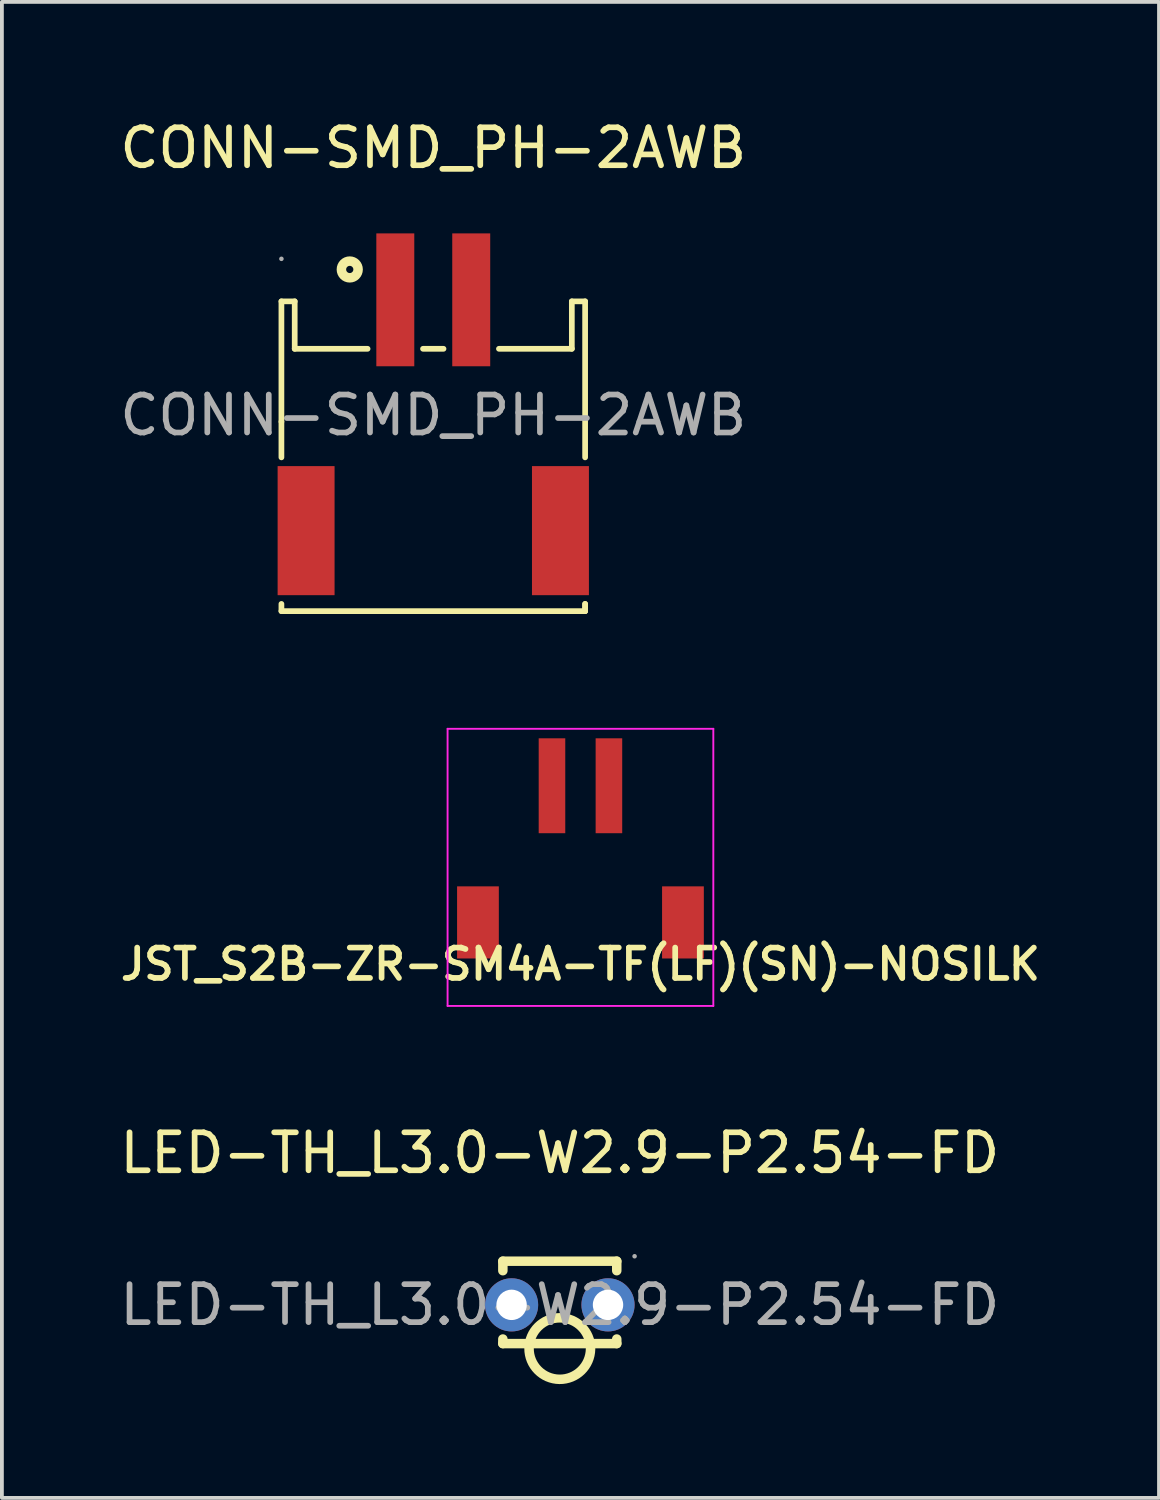
<source format=kicad_pcb>
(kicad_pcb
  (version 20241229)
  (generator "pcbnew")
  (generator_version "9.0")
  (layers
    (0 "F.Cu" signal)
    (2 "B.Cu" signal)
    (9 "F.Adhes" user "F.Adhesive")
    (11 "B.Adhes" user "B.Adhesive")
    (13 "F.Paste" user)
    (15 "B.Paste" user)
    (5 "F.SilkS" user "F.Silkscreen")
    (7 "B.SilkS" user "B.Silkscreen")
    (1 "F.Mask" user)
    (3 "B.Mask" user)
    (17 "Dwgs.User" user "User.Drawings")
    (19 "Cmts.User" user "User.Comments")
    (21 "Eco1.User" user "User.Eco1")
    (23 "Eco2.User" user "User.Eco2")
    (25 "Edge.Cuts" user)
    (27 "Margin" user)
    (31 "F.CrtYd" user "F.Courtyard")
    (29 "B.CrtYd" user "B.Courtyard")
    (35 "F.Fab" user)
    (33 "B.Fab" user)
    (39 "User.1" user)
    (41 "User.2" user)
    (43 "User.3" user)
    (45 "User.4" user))
  (footprint "LED-TH_L3.0-W2.9-P2.54-FD"
    (layer "F.Cu")
    (at 11.696 31.322)
    (property "Reference" "LED-TH_L3.0-W2.9-P2.54-FD" (at 0 -4 0) (layer "F.SilkS") (effects (font (size 1 1) (thickness 0.15))))
    (attr through_hole)
    (fp_line (start -1.5 -1.15) (end -1.5 -0.9) (stroke (width 0.25) (type solid)) (layer "F.SilkS"))
    (fp_line (start -1.5 -1.15) (end 1.5 -1.15) (stroke (width 0.25) (type solid)) (layer "F.SilkS"))
    (fp_line (start -1.5 0.9) (end -1.5 1.02) (stroke (width 0.25) (type solid)) (layer "F.SilkS"))
    (fp_line (start -1.5 1.02) (end 1.5 1.02) (stroke (width 0.25) (type solid)) (layer "F.SilkS"))
    (fp_line (start 1.5 -1.15) (end 1.5 -0.9) (stroke (width 0.25) (type solid)) (layer "F.SilkS"))
    (fp_line (start 1.5 0.9) (end 1.5 1.02) (stroke (width 0.25) (type solid)) (layer "F.SilkS"))
    (fp_arc (start 0.809877 1.164136) (mid -0.80997 1.142932) (end 0.81 1.15) (stroke (width 0.25) (type solid)) (layer "F.SilkS"))
    (fp_circle (center -1.27 0) (end -1.12 0) (stroke (width 0.3) (type solid)) (fill no) (layer "F.Fab"))
    (fp_circle (center 1.27 0) (end 1.42 0) (stroke (width 0.3) (type solid)) (fill no) (layer "F.Fab"))
    (fp_circle (center 1.97 -1.28) (end 2 -1.28) (stroke (width 0.06) (type solid)) (fill no) (layer "F.Fab"))
    (fp_text user "${REFERENCE}" (at 0 0 0) (layer "F.Fab") (effects (font (size 1 1) (thickness 0.15))))
    (pad "1" thru_hole circle (at 1.27 0) (size 1.4 1.4) (drill 0.8) (layers "*.Cu" "*.Mask"))
    (pad "2" thru_hole circle (at -1.27 0) (size 1.4 1.4) (drill 0.8) (layers "*.Cu" "*.Mask")))
  (footprint "CONN-SMD_PH-2AWB"
    (layer "F.Cu")
    (at 8.363 7.888)
    (property "Reference" "CONN-SMD_PH-2AWB" (at 0 -7.04 0) (layer "F.SilkS") (effects (font (size 1 1) (thickness 0.15))))
    (attr through_hole)
    (fp_line (start -4 -3) (end -3.65 -3) (stroke (width 0.15) (type solid)) (layer "F.SilkS"))
    (fp_line (start -4 0.17) (end -4 -3) (stroke (width 0.15) (type solid)) (layer "F.SilkS"))
    (fp_line (start -4 1.11) (end -4 0.17) (stroke (width 0.15) (type solid)) (layer "F.SilkS"))
    (fp_line (start -4 5.16) (end -4 4.97) (stroke (width 0.15) (type solid)) (layer "F.SilkS"))
    (fp_line (start -3.65 -3) (end -3.65 -1.75) (stroke (width 0.15) (type solid)) (layer "F.SilkS"))
    (fp_line (start -3.65 -1.75) (end -1.73 -1.75) (stroke (width 0.15) (type solid)) (layer "F.SilkS"))
    (fp_line (start -0.27 -1.75) (end 0.27 -1.75) (stroke (width 0.15) (type solid)) (layer "F.SilkS"))
    (fp_line (start 1.73 -1.75) (end 3.65 -1.75) (stroke (width 0.15) (type solid)) (layer "F.SilkS"))
    (fp_line (start 3.65 -3) (end 4 -3) (stroke (width 0.15) (type solid)) (layer "F.SilkS"))
    (fp_line (start 3.65 -1.75) (end 3.65 -3) (stroke (width 0.15) (type solid)) (layer "F.SilkS"))
    (fp_line (start 4 -3) (end 4 1.11) (stroke (width 0.15) (type solid)) (layer "F.SilkS"))
    (fp_line (start 4 4.97) (end 4 5.16) (stroke (width 0.15) (type solid)) (layer "F.SilkS"))
    (fp_line (start 4 4.97) (end 4 5.16) (stroke (width 0.15) (type solid)) (layer "F.SilkS"))
    (fp_line (start 4 5.16) (end -4 5.16) (stroke (width 0.15) (type solid)) (layer "F.SilkS"))
    (fp_circle (center -2.2 -3.84) (end -1.98 -3.84) (stroke (width 0.25) (type solid)) (fill no) (layer "F.SilkS"))
    (fp_circle (center -4 -4.12) (end -3.97 -4.12) (stroke (width 0.06) (type solid)) (fill no) (layer "F.Fab"))
    (fp_text user "${REFERENCE}" (at 0 0 0) (layer "F.Fab") (effects (font (size 1 1) (thickness 0.15))))
    (pad "1" smd rect (at -1 -3.04) (size 1 3.5) (layers "F.Cu" "F.Mask" "F.Paste"))
    (pad "2" smd rect (at 1 -3.04) (size 1 3.5) (layers "F.Cu" "F.Mask" "F.Paste"))
    (pad "MP" smd rect (at -3.35 3.04) (size 1.5 3.4) (layers "F.Cu" "F.Mask" "F.Paste"))
    (pad "MP" smd rect (at 3.35 3.04) (size 1.5 3.4) (layers "F.Cu" "F.Mask" "F.Paste")))
  (footprint "JST_S2B-ZR-SM4A-TF(LF)(SN)-NOSILK"
    (layer "F.Cu")
    (at 12.24 19.798)
    (property "Reference" "JST_S2B-ZR-SM4A-TF(LF)(SN)-NOSILK" (at 0 2.55 0) (layer "F.SilkS") (effects (font (size 0.8 0.8) (thickness 0.15))))
    (attr smd)
    (fp_line (start -3.5 -3.65) (end 3.5 -3.65) (stroke (width 0.05) (type solid)) (layer "F.CrtYd"))
    (fp_line (start -3.5 3.65) (end -3.5 -3.65) (stroke (width 0.05) (type solid)) (layer "F.CrtYd"))
    (fp_line (start 3.5 -3.65) (end 3.5 3.65) (stroke (width 0.05) (type solid)) (layer "F.CrtYd"))
    (fp_line (start 3.5 3.65) (end -3.5 3.65) (stroke (width 0.05) (type solid)) (layer "F.CrtYd"))
    (pad "1" smd rect (at -0.75 -2.15) (size 0.7 2.5) (layers "F.Cu" "F.Mask" "F.Paste"))
    (pad "2" smd rect (at 0.75 -2.15) (size 0.7 2.5) (layers "F.Cu" "F.Mask" "F.Paste"))
    (pad "MP" smd rect (at -2.7 1.45) (size 1.1 1.9) (layers "F.Cu" "F.Mask" "F.Paste"))
    (pad "MP" smd rect (at 2.7 1.45) (size 1.1 1.9) (layers "F.Cu" "F.Mask" "F.Paste")))
  (gr_rect
    (start -3 -3)
    (end 27.48 36.407)
    (stroke (width 0.1) (type default))
    (fill no)
    (layer "Edge.Cuts")))
</source>
